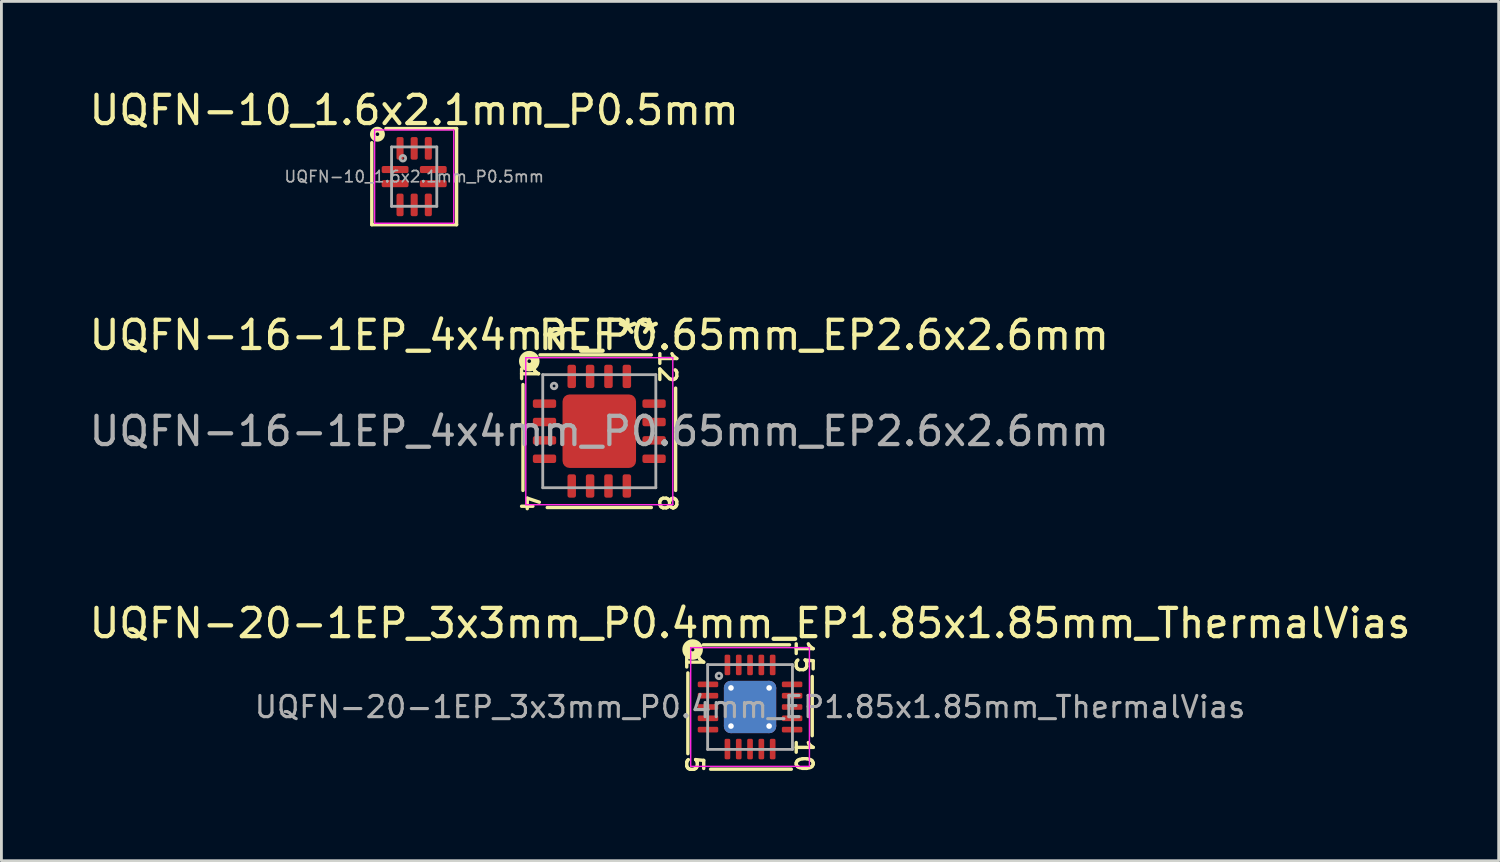
<source format=kicad_pcb>
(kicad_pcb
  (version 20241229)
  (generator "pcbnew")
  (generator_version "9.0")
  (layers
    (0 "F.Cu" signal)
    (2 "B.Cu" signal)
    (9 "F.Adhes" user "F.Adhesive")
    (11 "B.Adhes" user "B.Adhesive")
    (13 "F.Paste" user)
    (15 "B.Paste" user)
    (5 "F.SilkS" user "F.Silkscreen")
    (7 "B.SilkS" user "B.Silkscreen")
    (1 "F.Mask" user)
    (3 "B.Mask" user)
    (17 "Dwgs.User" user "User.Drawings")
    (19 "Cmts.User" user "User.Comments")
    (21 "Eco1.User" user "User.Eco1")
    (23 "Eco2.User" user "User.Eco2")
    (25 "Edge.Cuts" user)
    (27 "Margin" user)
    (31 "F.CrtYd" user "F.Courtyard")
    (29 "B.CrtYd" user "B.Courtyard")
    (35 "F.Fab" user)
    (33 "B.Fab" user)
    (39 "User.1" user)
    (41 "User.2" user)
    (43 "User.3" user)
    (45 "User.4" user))
  (footprint "UQFN-10_1.6x2.1mm_P0.5mm"
    (layer "F.Cu")
    (at 11.601 3.198)
    (property "Reference" "UQFN-10_1.6x2.1mm_P0.5mm" (at 0 -2.35 0) (layer "F.SilkS") (effects (font (size 1 1) (thickness 0.15))))
    (attr smd)
    (fp_line (start -1.5 1.7) (end -1.5 -1.2) (stroke (width 0.12) (type solid)) (layer "F.SilkS"))
    (fp_line (start -1 -1.7) (end 1.5 -1.7) (stroke (width 0.12) (type solid)) (layer "F.SilkS"))
    (fp_line (start 1.5 -1.7) (end 1.5 1.7) (stroke (width 0.12) (type solid)) (layer "F.SilkS"))
    (fp_line (start 1.5 1.7) (end -1.5 1.7) (stroke (width 0.12) (type solid)) (layer "F.SilkS"))
    (fp_circle (center -1.3 -1.5) (end -1.236 -1.5) (stroke (width 0.2) (type solid)) (fill no) (layer "F.SilkS"))
    (fp_line (start -1.4 -1.65) (end -1.4 1.65) (stroke (width 0.05) (type solid)) (layer "F.CrtYd"))
    (fp_line (start -1.4 1.65) (end 1.4 1.65) (stroke (width 0.05) (type solid)) (layer "F.CrtYd"))
    (fp_line (start 1.4 -1.65) (end -1.4 -1.65) (stroke (width 0.05) (type solid)) (layer "F.CrtYd"))
    (fp_line (start 1.4 1.65) (end 1.4 -1.65) (stroke (width 0.05) (type solid)) (layer "F.CrtYd"))
    (fp_line (start -0.8 -1.05) (end 0.8 -1.05) (stroke (width 0.1) (type solid)) (layer "F.Fab"))
    (fp_line (start -0.8 1.05) (end -0.8 -1.05) (stroke (width 0.1) (type solid)) (layer "F.Fab"))
    (fp_line (start 0.8 -1.05) (end 0.8 1.05) (stroke (width 0.1) (type solid)) (layer "F.Fab"))
    (fp_line (start 0.8 1.05) (end -0.8 1.05) (stroke (width 0.1) (type solid)) (layer "F.Fab"))
    (fp_circle (center -0.4 -0.65) (end -0.3 -0.65) (stroke (width 0.1) (type solid)) (fill no) (layer "F.Fab"))
    (fp_text user "${REFERENCE}" (at 0 0 0) (layer "F.Fab") (effects (font (size 0.4 0.4) (thickness 0.06))))
    (pad "1" smd roundrect (at -0.675 -0.25) (size 0.95 0.25) (layers "F.Cu" "F.Mask" "F.Paste") (roundrect_rratio 0.25))
    (pad "2" smd roundrect (at -0.675 0.25) (size 0.95 0.25) (layers "F.Cu" "F.Mask" "F.Paste") (roundrect_rratio 0.25))
    (pad "3" smd roundrect (at -0.5 1) (size 0.25 0.8) (layers "F.Cu" "F.Mask" "F.Paste") (roundrect_rratio 0.25))
    (pad "4" smd roundrect (at 0 1) (size 0.25 0.8) (layers "F.Cu" "F.Mask" "F.Paste") (roundrect_rratio 0.25))
    (pad "5" smd roundrect (at 0.5 1) (size 0.25 0.8) (layers "F.Cu" "F.Mask" "F.Paste") (roundrect_rratio 0.25))
    (pad "6" smd roundrect (at 0.675 0.25) (size 0.95 0.25) (layers "F.Cu" "F.Mask" "F.Paste") (roundrect_rratio 0.25))
    (pad "7" smd roundrect (at 0.675 -0.25) (size 0.95 0.25) (layers "F.Cu" "F.Mask" "F.Paste") (roundrect_rratio 0.25))
    (pad "8" smd roundrect (at 0.5 -1) (size 0.25 0.8) (layers "F.Cu" "F.Mask" "F.Paste") (roundrect_rratio 0.25))
    (pad "9" smd roundrect (at 0 -1) (size 0.25 0.8) (layers "F.Cu" "F.Mask" "F.Paste") (roundrect_rratio 0.25))
    (pad "10" smd roundrect (at -0.5 -1) (size 0.25 0.8) (layers "F.Cu" "F.Mask" "F.Paste") (roundrect_rratio 0.25)))
  (footprint "UQFN-16-1EP_4x4mm_P0.65mm_EP2.6x2.6mm"
    (layer "F.Cu")
    (at 18.149 12.203)
    (property "Reference" "UQFN-16-1EP_4x4mm_P0.65mm_EP2.6x2.6mm" (at 0 -3.397 0) (layer "F.SilkS") (effects (font (size 1 1) (thickness 0.15))))
    (attr smd)
    (fp_line (start -2.7 -1.651) (end -2.7 2.095) (stroke (width 0.12) (type solid)) (layer "F.SilkS"))
    (fp_line (start -1.841 2.7) (end 1.841 2.7) (stroke (width 0.12) (type solid)) (layer "F.SilkS"))
    (fp_line (start 1.841 -2.7) (end -2.095 -2.7) (stroke (width 0.12) (type solid)) (layer "F.SilkS"))
    (fp_line (start 2.7 2.095) (end 2.7 -1.524) (stroke (width 0.12) (type solid)) (layer "F.SilkS"))
    (fp_circle (center -2.477 -2.477) (end -2.413 -2.477) (stroke (width 0.3) (type solid)) (fill no) (layer "F.SilkS"))
    (fp_line (start -2.6 -2.6) (end -2.6 2.6) (stroke (width 0.05) (type solid)) (layer "F.CrtYd"))
    (fp_line (start -2.6 2.6) (end 2.6 2.6) (stroke (width 0.05) (type solid)) (layer "F.CrtYd"))
    (fp_line (start 2.6 -2.6) (end -2.6 -2.6) (stroke (width 0.05) (type solid)) (layer "F.CrtYd"))
    (fp_line (start 2.6 2.6) (end 2.6 -2.6) (stroke (width 0.05) (type solid)) (layer "F.CrtYd"))
    (fp_line (start -2 -2) (end 2 -2) (stroke (width 0.1) (type solid)) (layer "F.Fab"))
    (fp_line (start -2 2) (end -2 -2) (stroke (width 0.1) (type solid)) (layer "F.Fab"))
    (fp_line (start 2 -2) (end 2 2) (stroke (width 0.1) (type solid)) (layer "F.Fab"))
    (fp_line (start 2 2) (end -2 2) (stroke (width 0.1) (type solid)) (layer "F.Fab"))
    (fp_circle (center -1.6 -1.6) (end -1.5 -1.6) (stroke (width 0.1) (type solid)) (fill no) (layer "F.Fab"))
    (fp_text user "12" (at 2.413 -2.286 270) (unlocked yes) (layer "F.SilkS") (effects (font (size 0.6 0.6) (thickness 0.12))))
    (fp_text user "1" (at -2.477 -2.032 270) (unlocked yes) (layer "F.SilkS") (effects (font (size 0.6 0.6) (thickness 0.12))))
    (fp_text user "4" (at -2.477 2.54 270) (unlocked yes) (layer "F.SilkS") (effects (font (size 0.6 0.6) (thickness 0.12))))
    (fp_text user "8" (at 2.413 2.54 270) (unlocked yes) (layer "F.SilkS") (effects (font (size 0.6 0.6) (thickness 0.12))))
    (fp_text user "REF**" (at 0 -3.397 0) (layer "F.SilkS") (effects (font (size 1 1) (thickness 0.15))))
    (fp_text user "${REFERENCE}" (at 0 0 0) (layer "F.Fab") (effects (font (size 1 1) (thickness 0.15))))
    (pad "" smd roundrect (at -0.65 -0.65) (size 1.05 1.05) (layers "F.Paste") (roundrect_rratio 0.238))
    (pad "" smd roundrect (at -0.65 0.65) (size 1.05 1.05) (layers "F.Paste") (roundrect_rratio 0.238))
    (pad "" smd roundrect (at 0.65 -0.65) (size 1.05 1.05) (layers "F.Paste") (roundrect_rratio 0.238))
    (pad "" smd roundrect (at 0.65 0.65) (size 1.05 1.05) (layers "F.Paste") (roundrect_rratio 0.238))
    (pad "1" smd roundrect (at -1.938 -0.975) (size 0.825 0.3) (layers "F.Cu" "F.Mask" "F.Paste") (roundrect_rratio 0.25))
    (pad "2" smd roundrect (at -1.938 -0.325) (size 0.825 0.3) (layers "F.Cu" "F.Mask" "F.Paste") (roundrect_rratio 0.25))
    (pad "3" smd roundrect (at -1.938 0.325) (size 0.825 0.3) (layers "F.Cu" "F.Mask" "F.Paste") (roundrect_rratio 0.25))
    (pad "4" smd roundrect (at -1.938 0.975) (size 0.825 0.3) (layers "F.Cu" "F.Mask" "F.Paste") (roundrect_rratio 0.25))
    (pad "5" smd roundrect (at -0.975 1.938) (size 0.3 0.825) (layers "F.Cu" "F.Mask" "F.Paste") (roundrect_rratio 0.25))
    (pad "6" smd roundrect (at -0.325 1.938) (size 0.3 0.825) (layers "F.Cu" "F.Mask" "F.Paste") (roundrect_rratio 0.25))
    (pad "7" smd roundrect (at 0.325 1.938) (size 0.3 0.825) (layers "F.Cu" "F.Mask" "F.Paste") (roundrect_rratio 0.25))
    (pad "8" smd roundrect (at 0.975 1.938) (size 0.3 0.825) (layers "F.Cu" "F.Mask" "F.Paste") (roundrect_rratio 0.25))
    (pad "9" smd roundrect (at 1.938 0.975) (size 0.825 0.3) (layers "F.Cu" "F.Mask" "F.Paste") (roundrect_rratio 0.25))
    (pad "10" smd roundrect (at 1.938 0.325) (size 0.825 0.3) (layers "F.Cu" "F.Mask" "F.Paste") (roundrect_rratio 0.25))
    (pad "11" smd roundrect (at 1.938 -0.325) (size 0.825 0.3) (layers "F.Cu" "F.Mask" "F.Paste") (roundrect_rratio 0.25))
    (pad "12" smd roundrect (at 1.938 -0.975) (size 0.825 0.3) (layers "F.Cu" "F.Mask" "F.Paste") (roundrect_rratio 0.25))
    (pad "13" smd roundrect (at 0.975 -1.938) (size 0.3 0.825) (layers "F.Cu" "F.Mask" "F.Paste") (roundrect_rratio 0.25))
    (pad "14" smd roundrect (at 0.325 -1.938) (size 0.3 0.825) (layers "F.Cu" "F.Mask" "F.Paste") (roundrect_rratio 0.25))
    (pad "15" smd roundrect (at -0.325 -1.938) (size 0.3 0.825) (layers "F.Cu" "F.Mask" "F.Paste") (roundrect_rratio 0.25))
    (pad "16" smd roundrect (at -0.975 -1.938) (size 0.3 0.825) (layers "F.Cu" "F.Mask" "F.Paste") (roundrect_rratio 0.25))
    (pad "17" smd roundrect (at 0 0) (size 2.6 2.6) (layers "F.Cu" "F.Mask") (roundrect_rratio 0.096)))
  (footprint "UQFN-20-1EP_3x3mm_P0.4mm_EP1.85x1.85mm_ThermalVias"
    (layer "F.Cu")
    (at 23.482 21.959)
    (property "Reference" "UQFN-20-1EP_3x3mm_P0.4mm_EP1.85x1.85mm_ThermalVias" (at 0 -2.962 0) (layer "F.SilkS") (effects (font (size 1 1) (thickness 0.15))))
    (attr smd)
    (fp_line (start -2.2 -1.206) (end -2.2 1.651) (stroke (width 0.12) (type solid)) (layer "F.SilkS"))
    (fp_line (start -1.397 2.2) (end 1.46 2.2) (stroke (width 0.12) (type solid)) (layer "F.SilkS"))
    (fp_line (start 1.397 -2.2) (end -1.651 -2.2) (stroke (width 0.12) (type solid)) (layer "F.SilkS"))
    (fp_line (start 2.2 1.016) (end 2.2 -1.079) (stroke (width 0.12) (type solid)) (layer "F.SilkS"))
    (fp_circle (center -2.032 -2.032) (end -1.968 -2.032) (stroke (width 0.3) (type solid)) (fill no) (layer "F.SilkS"))
    (fp_line (start -2.1 -2.1) (end -2.1 2.1) (stroke (width 0.05) (type solid)) (layer "F.CrtYd"))
    (fp_line (start -2.1 2.1) (end 2.1 2.1) (stroke (width 0.05) (type solid)) (layer "F.CrtYd"))
    (fp_line (start 2.1 -2.1) (end -2.1 -2.1) (stroke (width 0.05) (type solid)) (layer "F.CrtYd"))
    (fp_line (start 2.1 2.1) (end 2.1 -2.1) (stroke (width 0.05) (type solid)) (layer "F.CrtYd"))
    (fp_line (start -1.5 -1.5) (end 1.5 -1.5) (stroke (width 0.1) (type solid)) (layer "F.Fab"))
    (fp_line (start -1.5 1.5) (end -1.5 -1.5) (stroke (width 0.1) (type solid)) (layer "F.Fab"))
    (fp_line (start 1.5 -1.5) (end 1.5 1.5) (stroke (width 0.1) (type solid)) (layer "F.Fab"))
    (fp_line (start 1.5 1.5) (end -1.5 1.5) (stroke (width 0.1) (type solid)) (layer "F.Fab"))
    (fp_circle (center -1.1 -1.1) (end -1 -1.1) (stroke (width 0.1) (type solid)) (fill no) (layer "F.Fab"))
    (fp_text user "1" (at -1.968 -1.587 270) (unlocked yes) (layer "F.SilkS") (effects (font (size 0.6 0.6) (thickness 0.12))))
    (fp_text user "5" (at -1.968 2.032 270) (unlocked yes) (layer "F.SilkS") (effects (font (size 0.6 0.6) (thickness 0.12))))
    (fp_text user "15" (at 1.905 -1.778 270) (unlocked yes) (layer "F.SilkS") (effects (font (size 0.6 0.6) (thickness 0.12))))
    (fp_text user "10" (at 1.905 1.714 270) (unlocked yes) (layer "F.SilkS") (effects (font (size 0.6 0.6) (thickness 0.12))))
    (fp_text user "${REFERENCE}" (at 0 0 0) (layer "F.Fab") (effects (font (size 0.75 0.75) (thickness 0.11))))
    (pad "" smd roundrect (at -0.46 -0.46) (size 0.8 0.8) (layers "F.Paste") (roundrect_rratio 0.25))
    (pad "" smd roundrect (at -0.46 0.46) (size 0.8 0.8) (layers "F.Paste") (roundrect_rratio 0.25))
    (pad "" smd roundrect (at 0.46 -0.46) (size 0.8 0.8) (layers "F.Paste") (roundrect_rratio 0.25))
    (pad "" smd roundrect (at 0.46 0.46) (size 0.8 0.8) (layers "F.Paste") (roundrect_rratio 0.25))
    (pad "1" smd roundrect (at -1.488 -0.8) (size 0.725 0.2) (layers "F.Cu" "F.Mask" "F.Paste") (roundrect_rratio 0.25))
    (pad "2" smd roundrect (at -1.488 -0.4) (size 0.725 0.2) (layers "F.Cu" "F.Mask" "F.Paste") (roundrect_rratio 0.25))
    (pad "3" smd roundrect (at -1.488 0) (size 0.725 0.2) (layers "F.Cu" "F.Mask" "F.Paste") (roundrect_rratio 0.25))
    (pad "4" smd roundrect (at -1.488 0.4) (size 0.725 0.2) (layers "F.Cu" "F.Mask" "F.Paste") (roundrect_rratio 0.25))
    (pad "5" smd roundrect (at -1.488 0.8) (size 0.725 0.2) (layers "F.Cu" "F.Mask" "F.Paste") (roundrect_rratio 0.25))
    (pad "6" smd roundrect (at -0.8 1.488) (size 0.2 0.725) (layers "F.Cu" "F.Mask" "F.Paste") (roundrect_rratio 0.25))
    (pad "7" smd roundrect (at -0.4 1.488) (size 0.2 0.725) (layers "F.Cu" "F.Mask" "F.Paste") (roundrect_rratio 0.25))
    (pad "8" smd roundrect (at 0 1.488) (size 0.2 0.725) (layers "F.Cu" "F.Mask" "F.Paste") (roundrect_rratio 0.25))
    (pad "9" smd roundrect (at 0.4 1.488) (size 0.2 0.725) (layers "F.Cu" "F.Mask" "F.Paste") (roundrect_rratio 0.25))
    (pad "10" smd roundrect (at 0.8 1.488) (size 0.2 0.725) (layers "F.Cu" "F.Mask" "F.Paste") (roundrect_rratio 0.25))
    (pad "11" smd roundrect (at 1.488 0.8) (size 0.725 0.2) (layers "F.Cu" "F.Mask" "F.Paste") (roundrect_rratio 0.25))
    (pad "12" smd roundrect (at 1.488 0.4) (size 0.725 0.2) (layers "F.Cu" "F.Mask" "F.Paste") (roundrect_rratio 0.25))
    (pad "13" smd roundrect (at 1.488 0) (size 0.725 0.2) (layers "F.Cu" "F.Mask" "F.Paste") (roundrect_rratio 0.25))
    (pad "14" smd roundrect (at 1.488 -0.4) (size 0.725 0.2) (layers "F.Cu" "F.Mask" "F.Paste") (roundrect_rratio 0.25))
    (pad "15" smd roundrect (at 1.488 -0.8) (size 0.725 0.2) (layers "F.Cu" "F.Mask" "F.Paste") (roundrect_rratio 0.25))
    (pad "16" smd roundrect (at 0.8 -1.488) (size 0.2 0.725) (layers "F.Cu" "F.Mask" "F.Paste") (roundrect_rratio 0.25))
    (pad "17" smd roundrect (at 0.4 -1.488) (size 0.2 0.725) (layers "F.Cu" "F.Mask" "F.Paste") (roundrect_rratio 0.25))
    (pad "18" smd roundrect (at 0 -1.488) (size 0.2 0.725) (layers "F.Cu" "F.Mask" "F.Paste") (roundrect_rratio 0.25))
    (pad "19" smd roundrect (at -0.4 -1.488) (size 0.2 0.725) (layers "F.Cu" "F.Mask" "F.Paste") (roundrect_rratio 0.25))
    (pad "20" smd roundrect (at -0.8 -1.488) (size 0.2 0.725) (layers "F.Cu" "F.Mask" "F.Paste") (roundrect_rratio 0.25))
    (pad "21" thru_hole circle (at -0.675 -0.675) (size 0.5 0.5) (drill 0.2) (property pad_prop_heatsink) (layers "*.Cu"))
    (pad "21" thru_hole circle (at -0.675 0.675) (size 0.5 0.5) (drill 0.2) (property pad_prop_heatsink) (layers "*.Cu"))
    (pad "21" smd roundrect (at 0 0) (size 1.85 1.85) (layers "F.Cu" "F.Mask") (roundrect_rratio 0.135))
    (pad "21" smd roundrect (at 0 0) (size 1.85 1.85) (layers "B.Cu" "B.Mask") (roundrect_rratio 0.135))
    (pad "21" thru_hole circle (at 0.675 -0.675) (size 0.5 0.5) (drill 0.2) (property pad_prop_heatsink) (layers "*.Cu"))
    (pad "21" thru_hole circle (at 0.675 0.675) (size 0.5 0.5) (drill 0.2) (property pad_prop_heatsink) (layers "*.Cu")))
  (gr_rect
    (start -3 -3)
    (end 49.964 27.397)
    (stroke (width 0.1) (type default))
    (fill no)
    (layer "Edge.Cuts")))
</source>
